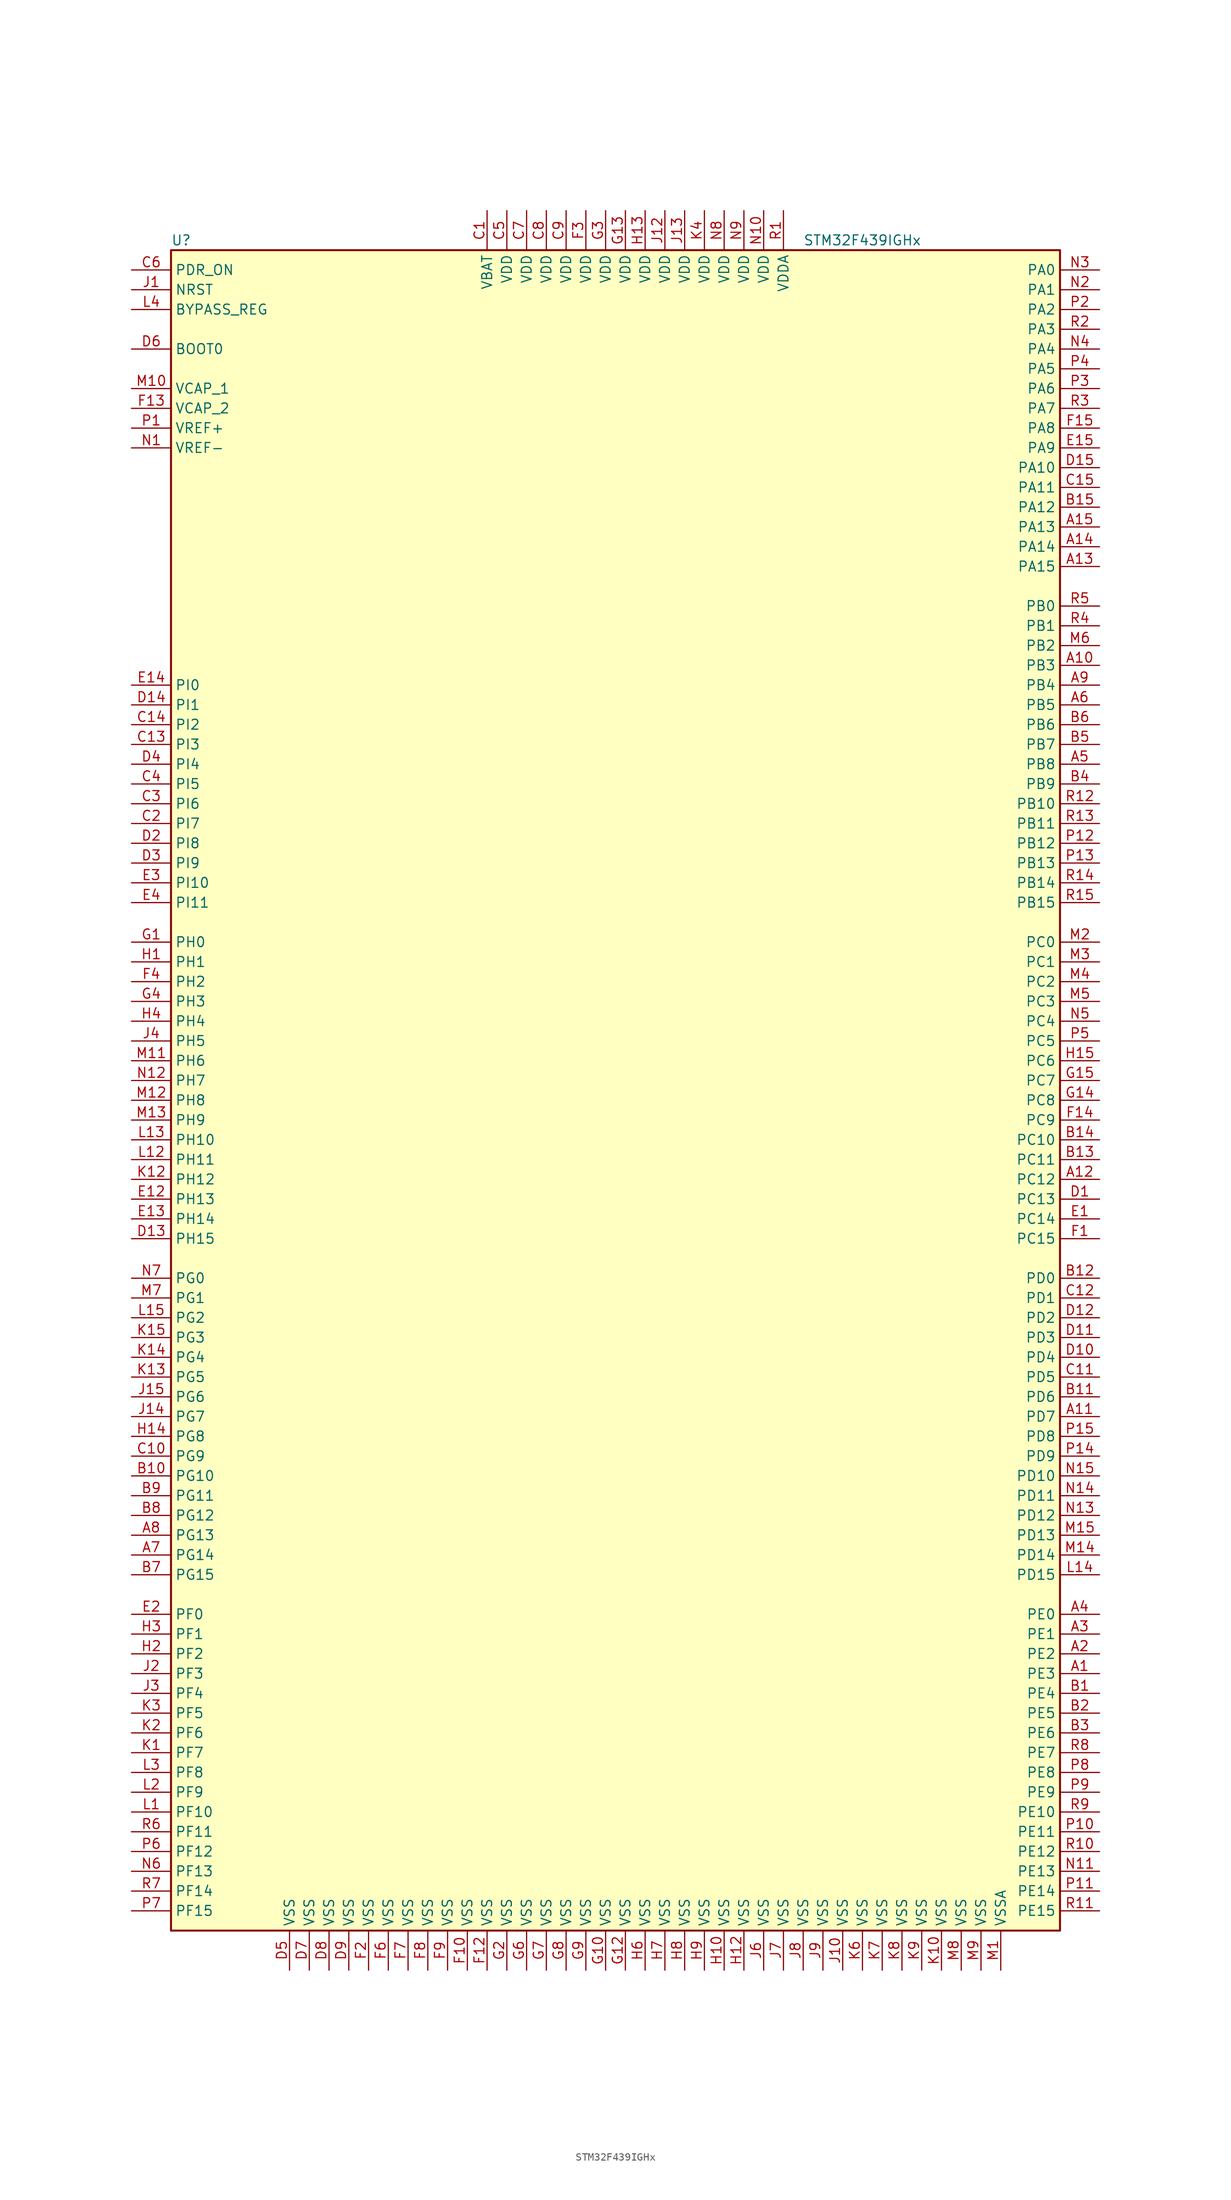
<source format=kicad_sym>
(kicad_symbol_lib
  (version 20211014)
  (generator kicad_symbol_editor)
  (symbol "STM32F439IGHx"
    (property "Reference" "U"
      (at -58.42 107.95 0)
      (effects (font (size 1.27 1.27)) (justify left)))
    (property "Value" "STM32F439IGHx"
      (at 22.86 107.95 0)
      (effects (font (size 1.27 1.27)) (justify left)))
    (symbol "STM32F439IGHx_0_1"
      (rectangle (start -58.42 -109.22) (end 55.88 106.68) (stroke (width 0.254) (type default) (color 0 0 0 0)) (fill (type background))))
    (symbol "STM32F439IGHx_1_1"
      (pin bidirectional line (at 60.96 -76.2 180) (length 5.08) (name "PE3" (effects (font (size 1.27 1.27)))) (number "A1" (effects (font (size 1.27 1.27)))))
      (pin bidirectional line (at 60.96 53.34 180) (length 5.08) (name "PB3" (effects (font (size 1.27 1.27)))) (number "A10" (effects (font (size 1.27 1.27)))))
      (pin bidirectional line (at 60.96 -43.18 180) (length 5.08) (name "PD7" (effects (font (size 1.27 1.27)))) (number "A11" (effects (font (size 1.27 1.27)))))
      (pin bidirectional line (at 60.96 -12.7 180) (length 5.08) (name "PC12" (effects (font (size 1.27 1.27)))) (number "A12" (effects (font (size 1.27 1.27)))))
      (pin bidirectional line (at 60.96 66.04 180) (length 5.08) (name "PA15" (effects (font (size 1.27 1.27)))) (number "A13" (effects (font (size 1.27 1.27)))))
      (pin bidirectional line (at 60.96 68.58 180) (length 5.08) (name "PA14" (effects (font (size 1.27 1.27)))) (number "A14" (effects (font (size 1.27 1.27)))))
      (pin bidirectional line (at 60.96 71.12 180) (length 5.08) (name "PA13" (effects (font (size 1.27 1.27)))) (number "A15" (effects (font (size 1.27 1.27)))))
      (pin bidirectional line (at 60.96 -73.66 180) (length 5.08) (name "PE2" (effects (font (size 1.27 1.27)))) (number "A2" (effects (font (size 1.27 1.27)))))
      (pin bidirectional line (at 60.96 -71.12 180) (length 5.08) (name "PE1" (effects (font (size 1.27 1.27)))) (number "A3" (effects (font (size 1.27 1.27)))))
      (pin bidirectional line (at 60.96 -68.58 180) (length 5.08) (name "PE0" (effects (font (size 1.27 1.27)))) (number "A4" (effects (font (size 1.27 1.27)))))
      (pin bidirectional line (at 60.96 40.64 180) (length 5.08) (name "PB8" (effects (font (size 1.27 1.27)))) (number "A5" (effects (font (size 1.27 1.27)))))
      (pin bidirectional line (at 60.96 48.26 180) (length 5.08) (name "PB5" (effects (font (size 1.27 1.27)))) (number "A6" (effects (font (size 1.27 1.27)))))
      (pin bidirectional line (at -63.5 -60.96 0) (length 5.08) (name "PG14" (effects (font (size 1.27 1.27)))) (number "A7" (effects (font (size 1.27 1.27)))))
      (pin bidirectional line (at -63.5 -58.42 0) (length 5.08) (name "PG13" (effects (font (size 1.27 1.27)))) (number "A8" (effects (font (size 1.27 1.27)))))
      (pin bidirectional line (at 60.96 50.8 180) (length 5.08) (name "PB4" (effects (font (size 1.27 1.27)))) (number "A9" (effects (font (size 1.27 1.27)))))
      (pin bidirectional line (at 60.96 -78.74 180) (length 5.08) (name "PE4" (effects (font (size 1.27 1.27)))) (number "B1" (effects (font (size 1.27 1.27)))))
      (pin bidirectional line (at -63.5 -50.8 0) (length 5.08) (name "PG10" (effects (font (size 1.27 1.27)))) (number "B10" (effects (font (size 1.27 1.27)))))
      (pin bidirectional line (at 60.96 -40.64 180) (length 5.08) (name "PD6" (effects (font (size 1.27 1.27)))) (number "B11" (effects (font (size 1.27 1.27)))))
      (pin bidirectional line (at 60.96 -25.4 180) (length 5.08) (name "PD0" (effects (font (size 1.27 1.27)))) (number "B12" (effects (font (size 1.27 1.27)))))
      (pin bidirectional line (at 60.96 -10.16 180) (length 5.08) (name "PC11" (effects (font (size 1.27 1.27)))) (number "B13" (effects (font (size 1.27 1.27)))))
      (pin bidirectional line (at 60.96 -7.62 180) (length 5.08) (name "PC10" (effects (font (size 1.27 1.27)))) (number "B14" (effects (font (size 1.27 1.27)))))
      (pin bidirectional line (at 60.96 73.66 180) (length 5.08) (name "PA12" (effects (font (size 1.27 1.27)))) (number "B15" (effects (font (size 1.27 1.27)))))
      (pin bidirectional line (at 60.96 -81.28 180) (length 5.08) (name "PE5" (effects (font (size 1.27 1.27)))) (number "B2" (effects (font (size 1.27 1.27)))))
      (pin bidirectional line (at 60.96 -83.82 180) (length 5.08) (name "PE6" (effects (font (size 1.27 1.27)))) (number "B3" (effects (font (size 1.27 1.27)))))
      (pin bidirectional line (at 60.96 38.1 180) (length 5.08) (name "PB9" (effects (font (size 1.27 1.27)))) (number "B4" (effects (font (size 1.27 1.27)))))
      (pin bidirectional line (at 60.96 43.18 180) (length 5.08) (name "PB7" (effects (font (size 1.27 1.27)))) (number "B5" (effects (font (size 1.27 1.27)))))
      (pin bidirectional line (at 60.96 45.72 180) (length 5.08) (name "PB6" (effects (font (size 1.27 1.27)))) (number "B6" (effects (font (size 1.27 1.27)))))
      (pin bidirectional line (at -63.5 -63.5 0) (length 5.08) (name "PG15" (effects (font (size 1.27 1.27)))) (number "B7" (effects (font (size 1.27 1.27)))))
      (pin bidirectional line (at -63.5 -55.88 0) (length 5.08) (name "PG12" (effects (font (size 1.27 1.27)))) (number "B8" (effects (font (size 1.27 1.27)))))
      (pin bidirectional line (at -63.5 -53.34 0) (length 5.08) (name "PG11" (effects (font (size 1.27 1.27)))) (number "B9" (effects (font (size 1.27 1.27)))))
      (pin power_in line (at -17.78 111.76 270) (length 5.08) (name "VBAT" (effects (font (size 1.27 1.27)))) (number "C1" (effects (font (size 1.27 1.27)))))
      (pin bidirectional line (at -63.5 -48.26 0) (length 5.08) (name "PG9" (effects (font (size 1.27 1.27)))) (number "C10" (effects (font (size 1.27 1.27)))))
      (pin bidirectional line (at 60.96 -38.1 180) (length 5.08) (name "PD5" (effects (font (size 1.27 1.27)))) (number "C11" (effects (font (size 1.27 1.27)))))
      (pin bidirectional line (at 60.96 -27.94 180) (length 5.08) (name "PD1" (effects (font (size 1.27 1.27)))) (number "C12" (effects (font (size 1.27 1.27)))))
      (pin bidirectional line (at -63.5 43.18 0) (length 5.08) (name "PI3" (effects (font (size 1.27 1.27)))) (number "C13" (effects (font (size 1.27 1.27)))))
      (pin bidirectional line (at -63.5 45.72 0) (length 5.08) (name "PI2" (effects (font (size 1.27 1.27)))) (number "C14" (effects (font (size 1.27 1.27)))))
      (pin bidirectional line (at 60.96 76.2 180) (length 5.08) (name "PA11" (effects (font (size 1.27 1.27)))) (number "C15" (effects (font (size 1.27 1.27)))))
      (pin bidirectional line (at -63.5 33.02 0) (length 5.08) (name "PI7" (effects (font (size 1.27 1.27)))) (number "C2" (effects (font (size 1.27 1.27)))))
      (pin bidirectional line (at -63.5 35.56 0) (length 5.08) (name "PI6" (effects (font (size 1.27 1.27)))) (number "C3" (effects (font (size 1.27 1.27)))))
      (pin bidirectional line (at -63.5 38.1 0) (length 5.08) (name "PI5" (effects (font (size 1.27 1.27)))) (number "C4" (effects (font (size 1.27 1.27)))))
      (pin power_in line (at -15.24 111.76 270) (length 5.08) (name "VDD" (effects (font (size 1.27 1.27)))) (number "C5" (effects (font (size 1.27 1.27)))))
      (pin input line (at -63.5 104.14 0) (length 5.08) (name "PDR_ON" (effects (font (size 1.27 1.27)))) (number "C6" (effects (font (size 1.27 1.27)))))
      (pin power_in line (at -12.7 111.76 270) (length 5.08) (name "VDD" (effects (font (size 1.27 1.27)))) (number "C7" (effects (font (size 1.27 1.27)))))
      (pin power_in line (at -10.16 111.76 270) (length 5.08) (name "VDD" (effects (font (size 1.27 1.27)))) (number "C8" (effects (font (size 1.27 1.27)))))
      (pin power_in line (at -7.62 111.76 270) (length 5.08) (name "VDD" (effects (font (size 1.27 1.27)))) (number "C9" (effects (font (size 1.27 1.27)))))
      (pin bidirectional line (at 60.96 -15.24 180) (length 5.08) (name "PC13" (effects (font (size 1.27 1.27)))) (number "D1" (effects (font (size 1.27 1.27)))))
      (pin bidirectional line (at 60.96 -35.56 180) (length 5.08) (name "PD4" (effects (font (size 1.27 1.27)))) (number "D10" (effects (font (size 1.27 1.27)))))
      (pin bidirectional line (at 60.96 -33.02 180) (length 5.08) (name "PD3" (effects (font (size 1.27 1.27)))) (number "D11" (effects (font (size 1.27 1.27)))))
      (pin bidirectional line (at 60.96 -30.48 180) (length 5.08) (name "PD2" (effects (font (size 1.27 1.27)))) (number "D12" (effects (font (size 1.27 1.27)))))
      (pin bidirectional line (at -63.5 -20.32 0) (length 5.08) (name "PH15" (effects (font (size 1.27 1.27)))) (number "D13" (effects (font (size 1.27 1.27)))))
      (pin bidirectional line (at -63.5 48.26 0) (length 5.08) (name "PI1" (effects (font (size 1.27 1.27)))) (number "D14" (effects (font (size 1.27 1.27)))))
      (pin bidirectional line (at 60.96 78.74 180) (length 5.08) (name "PA10" (effects (font (size 1.27 1.27)))) (number "D15" (effects (font (size 1.27 1.27)))))
      (pin bidirectional line (at -63.5 30.48 0) (length 5.08) (name "PI8" (effects (font (size 1.27 1.27)))) (number "D2" (effects (font (size 1.27 1.27)))))
      (pin bidirectional line (at -63.5 27.94 0) (length 5.08) (name "PI9" (effects (font (size 1.27 1.27)))) (number "D3" (effects (font (size 1.27 1.27)))))
      (pin bidirectional line (at -63.5 40.64 0) (length 5.08) (name "PI4" (effects (font (size 1.27 1.27)))) (number "D4" (effects (font (size 1.27 1.27)))))
      (pin power_in line (at -43.18 -114.3 90) (length 5.08) (name "VSS" (effects (font (size 1.27 1.27)))) (number "D5" (effects (font (size 1.27 1.27)))))
      (pin input line (at -63.5 93.98 0) (length 5.08) (name "BOOT0" (effects (font (size 1.27 1.27)))) (number "D6" (effects (font (size 1.27 1.27)))))
      (pin power_in line (at -40.64 -114.3 90) (length 5.08) (name "VSS" (effects (font (size 1.27 1.27)))) (number "D7" (effects (font (size 1.27 1.27)))))
      (pin power_in line (at -38.1 -114.3 90) (length 5.08) (name "VSS" (effects (font (size 1.27 1.27)))) (number "D8" (effects (font (size 1.27 1.27)))))
      (pin power_in line (at -35.56 -114.3 90) (length 5.08) (name "VSS" (effects (font (size 1.27 1.27)))) (number "D9" (effects (font (size 1.27 1.27)))))
      (pin bidirectional line (at 60.96 -17.78 180) (length 5.08) (name "PC14" (effects (font (size 1.27 1.27)))) (number "E1" (effects (font (size 1.27 1.27)))))
      (pin bidirectional line (at -63.5 -15.24 0) (length 5.08) (name "PH13" (effects (font (size 1.27 1.27)))) (number "E12" (effects (font (size 1.27 1.27)))))
      (pin bidirectional line (at -63.5 -17.78 0) (length 5.08) (name "PH14" (effects (font (size 1.27 1.27)))) (number "E13" (effects (font (size 1.27 1.27)))))
      (pin bidirectional line (at -63.5 50.8 0) (length 5.08) (name "PI0" (effects (font (size 1.27 1.27)))) (number "E14" (effects (font (size 1.27 1.27)))))
      (pin bidirectional line (at 60.96 81.28 180) (length 5.08) (name "PA9" (effects (font (size 1.27 1.27)))) (number "E15" (effects (font (size 1.27 1.27)))))
      (pin bidirectional line (at -63.5 -68.58 0) (length 5.08) (name "PF0" (effects (font (size 1.27 1.27)))) (number "E2" (effects (font (size 1.27 1.27)))))
      (pin bidirectional line (at -63.5 25.4 0) (length 5.08) (name "PI10" (effects (font (size 1.27 1.27)))) (number "E3" (effects (font (size 1.27 1.27)))))
      (pin bidirectional line (at -63.5 22.86 0) (length 5.08) (name "PI11" (effects (font (size 1.27 1.27)))) (number "E4" (effects (font (size 1.27 1.27)))))
      (pin bidirectional line (at 60.96 -20.32 180) (length 5.08) (name "PC15" (effects (font (size 1.27 1.27)))) (number "F1" (effects (font (size 1.27 1.27)))))
      (pin power_in line (at -20.32 -114.3 90) (length 5.08) (name "VSS" (effects (font (size 1.27 1.27)))) (number "F10" (effects (font (size 1.27 1.27)))))
      (pin power_in line (at -17.78 -114.3 90) (length 5.08) (name "VSS" (effects (font (size 1.27 1.27)))) (number "F12" (effects (font (size 1.27 1.27)))))
      (pin power_in line (at -63.5 86.36 0) (length 5.08) (name "VCAP_2" (effects (font (size 1.27 1.27)))) (number "F13" (effects (font (size 1.27 1.27)))))
      (pin bidirectional line (at 60.96 -5.08 180) (length 5.08) (name "PC9" (effects (font (size 1.27 1.27)))) (number "F14" (effects (font (size 1.27 1.27)))))
      (pin bidirectional line (at 60.96 83.82 180) (length 5.08) (name "PA8" (effects (font (size 1.27 1.27)))) (number "F15" (effects (font (size 1.27 1.27)))))
      (pin power_in line (at -33.02 -114.3 90) (length 5.08) (name "VSS" (effects (font (size 1.27 1.27)))) (number "F2" (effects (font (size 1.27 1.27)))))
      (pin power_in line (at -5.08 111.76 270) (length 5.08) (name "VDD" (effects (font (size 1.27 1.27)))) (number "F3" (effects (font (size 1.27 1.27)))))
      (pin bidirectional line (at -63.5 12.7 0) (length 5.08) (name "PH2" (effects (font (size 1.27 1.27)))) (number "F4" (effects (font (size 1.27 1.27)))))
      (pin power_in line (at -30.48 -114.3 90) (length 5.08) (name "VSS" (effects (font (size 1.27 1.27)))) (number "F6" (effects (font (size 1.27 1.27)))))
      (pin power_in line (at -27.94 -114.3 90) (length 5.08) (name "VSS" (effects (font (size 1.27 1.27)))) (number "F7" (effects (font (size 1.27 1.27)))))
      (pin power_in line (at -25.4 -114.3 90) (length 5.08) (name "VSS" (effects (font (size 1.27 1.27)))) (number "F8" (effects (font (size 1.27 1.27)))))
      (pin power_in line (at -22.86 -114.3 90) (length 5.08) (name "VSS" (effects (font (size 1.27 1.27)))) (number "F9" (effects (font (size 1.27 1.27)))))
      (pin input line (at -63.5 17.78 0) (length 5.08) (name "PH0" (effects (font (size 1.27 1.27)))) (number "G1" (effects (font (size 1.27 1.27)))))
      (pin power_in line (at -2.54 -114.3 90) (length 5.08) (name "VSS" (effects (font (size 1.27 1.27)))) (number "G10" (effects (font (size 1.27 1.27)))))
      (pin power_in line (at 0 -114.3 90) (length 5.08) (name "VSS" (effects (font (size 1.27 1.27)))) (number "G12" (effects (font (size 1.27 1.27)))))
      (pin power_in line (at 0 111.76 270) (length 5.08) (name "VDD" (effects (font (size 1.27 1.27)))) (number "G13" (effects (font (size 1.27 1.27)))))
      (pin bidirectional line (at 60.96 -2.54 180) (length 5.08) (name "PC8" (effects (font (size 1.27 1.27)))) (number "G14" (effects (font (size 1.27 1.27)))))
      (pin bidirectional line (at 60.96 0 180) (length 5.08) (name "PC7" (effects (font (size 1.27 1.27)))) (number "G15" (effects (font (size 1.27 1.27)))))
      (pin power_in line (at -15.24 -114.3 90) (length 5.08) (name "VSS" (effects (font (size 1.27 1.27)))) (number "G2" (effects (font (size 1.27 1.27)))))
      (pin power_in line (at -2.54 111.76 270) (length 5.08) (name "VDD" (effects (font (size 1.27 1.27)))) (number "G3" (effects (font (size 1.27 1.27)))))
      (pin bidirectional line (at -63.5 10.16 0) (length 5.08) (name "PH3" (effects (font (size 1.27 1.27)))) (number "G4" (effects (font (size 1.27 1.27)))))
      (pin power_in line (at -12.7 -114.3 90) (length 5.08) (name "VSS" (effects (font (size 1.27 1.27)))) (number "G6" (effects (font (size 1.27 1.27)))))
      (pin power_in line (at -10.16 -114.3 90) (length 5.08) (name "VSS" (effects (font (size 1.27 1.27)))) (number "G7" (effects (font (size 1.27 1.27)))))
      (pin power_in line (at -7.62 -114.3 90) (length 5.08) (name "VSS" (effects (font (size 1.27 1.27)))) (number "G8" (effects (font (size 1.27 1.27)))))
      (pin power_in line (at -5.08 -114.3 90) (length 5.08) (name "VSS" (effects (font (size 1.27 1.27)))) (number "G9" (effects (font (size 1.27 1.27)))))
      (pin input line (at -63.5 15.24 0) (length 5.08) (name "PH1" (effects (font (size 1.27 1.27)))) (number "H1" (effects (font (size 1.27 1.27)))))
      (pin power_in line (at 12.7 -114.3 90) (length 5.08) (name "VSS" (effects (font (size 1.27 1.27)))) (number "H10" (effects (font (size 1.27 1.27)))))
      (pin power_in line (at 15.24 -114.3 90) (length 5.08) (name "VSS" (effects (font (size 1.27 1.27)))) (number "H12" (effects (font (size 1.27 1.27)))))
      (pin power_in line (at 2.54 111.76 270) (length 5.08) (name "VDD" (effects (font (size 1.27 1.27)))) (number "H13" (effects (font (size 1.27 1.27)))))
      (pin bidirectional line (at -63.5 -45.72 0) (length 5.08) (name "PG8" (effects (font (size 1.27 1.27)))) (number "H14" (effects (font (size 1.27 1.27)))))
      (pin bidirectional line (at 60.96 2.54 180) (length 5.08) (name "PC6" (effects (font (size 1.27 1.27)))) (number "H15" (effects (font (size 1.27 1.27)))))
      (pin bidirectional line (at -63.5 -73.66 0) (length 5.08) (name "PF2" (effects (font (size 1.27 1.27)))) (number "H2" (effects (font (size 1.27 1.27)))))
      (pin bidirectional line (at -63.5 -71.12 0) (length 5.08) (name "PF1" (effects (font (size 1.27 1.27)))) (number "H3" (effects (font (size 1.27 1.27)))))
      (pin bidirectional line (at -63.5 7.62 0) (length 5.08) (name "PH4" (effects (font (size 1.27 1.27)))) (number "H4" (effects (font (size 1.27 1.27)))))
      (pin power_in line (at 2.54 -114.3 90) (length 5.08) (name "VSS" (effects (font (size 1.27 1.27)))) (number "H6" (effects (font (size 1.27 1.27)))))
      (pin power_in line (at 5.08 -114.3 90) (length 5.08) (name "VSS" (effects (font (size 1.27 1.27)))) (number "H7" (effects (font (size 1.27 1.27)))))
      (pin power_in line (at 7.62 -114.3 90) (length 5.08) (name "VSS" (effects (font (size 1.27 1.27)))) (number "H8" (effects (font (size 1.27 1.27)))))
      (pin power_in line (at 10.16 -114.3 90) (length 5.08) (name "VSS" (effects (font (size 1.27 1.27)))) (number "H9" (effects (font (size 1.27 1.27)))))
      (pin input line (at -63.5 101.6 0) (length 5.08) (name "NRST" (effects (font (size 1.27 1.27)))) (number "J1" (effects (font (size 1.27 1.27)))))
      (pin power_in line (at 27.94 -114.3 90) (length 5.08) (name "VSS" (effects (font (size 1.27 1.27)))) (number "J10" (effects (font (size 1.27 1.27)))))
      (pin power_in line (at 5.08 111.76 270) (length 5.08) (name "VDD" (effects (font (size 1.27 1.27)))) (number "J12" (effects (font (size 1.27 1.27)))))
      (pin power_in line (at 7.62 111.76 270) (length 5.08) (name "VDD" (effects (font (size 1.27 1.27)))) (number "J13" (effects (font (size 1.27 1.27)))))
      (pin bidirectional line (at -63.5 -43.18 0) (length 5.08) (name "PG7" (effects (font (size 1.27 1.27)))) (number "J14" (effects (font (size 1.27 1.27)))))
      (pin bidirectional line (at -63.5 -40.64 0) (length 5.08) (name "PG6" (effects (font (size 1.27 1.27)))) (number "J15" (effects (font (size 1.27 1.27)))))
      (pin bidirectional line (at -63.5 -76.2 0) (length 5.08) (name "PF3" (effects (font (size 1.27 1.27)))) (number "J2" (effects (font (size 1.27 1.27)))))
      (pin bidirectional line (at -63.5 -78.74 0) (length 5.08) (name "PF4" (effects (font (size 1.27 1.27)))) (number "J3" (effects (font (size 1.27 1.27)))))
      (pin bidirectional line (at -63.5 5.08 0) (length 5.08) (name "PH5" (effects (font (size 1.27 1.27)))) (number "J4" (effects (font (size 1.27 1.27)))))
      (pin power_in line (at 17.78 -114.3 90) (length 5.08) (name "VSS" (effects (font (size 1.27 1.27)))) (number "J6" (effects (font (size 1.27 1.27)))))
      (pin power_in line (at 20.32 -114.3 90) (length 5.08) (name "VSS" (effects (font (size 1.27 1.27)))) (number "J7" (effects (font (size 1.27 1.27)))))
      (pin power_in line (at 22.86 -114.3 90) (length 5.08) (name "VSS" (effects (font (size 1.27 1.27)))) (number "J8" (effects (font (size 1.27 1.27)))))
      (pin power_in line (at 25.4 -114.3 90) (length 5.08) (name "VSS" (effects (font (size 1.27 1.27)))) (number "J9" (effects (font (size 1.27 1.27)))))
      (pin bidirectional line (at -63.5 -86.36 0) (length 5.08) (name "PF7" (effects (font (size 1.27 1.27)))) (number "K1" (effects (font (size 1.27 1.27)))))
      (pin power_in line (at 40.64 -114.3 90) (length 5.08) (name "VSS" (effects (font (size 1.27 1.27)))) (number "K10" (effects (font (size 1.27 1.27)))))
      (pin bidirectional line (at -63.5 -12.7 0) (length 5.08) (name "PH12" (effects (font (size 1.27 1.27)))) (number "K12" (effects (font (size 1.27 1.27)))))
      (pin bidirectional line (at -63.5 -38.1 0) (length 5.08) (name "PG5" (effects (font (size 1.27 1.27)))) (number "K13" (effects (font (size 1.27 1.27)))))
      (pin bidirectional line (at -63.5 -35.56 0) (length 5.08) (name "PG4" (effects (font (size 1.27 1.27)))) (number "K14" (effects (font (size 1.27 1.27)))))
      (pin bidirectional line (at -63.5 -33.02 0) (length 5.08) (name "PG3" (effects (font (size 1.27 1.27)))) (number "K15" (effects (font (size 1.27 1.27)))))
      (pin bidirectional line (at -63.5 -83.82 0) (length 5.08) (name "PF6" (effects (font (size 1.27 1.27)))) (number "K2" (effects (font (size 1.27 1.27)))))
      (pin bidirectional line (at -63.5 -81.28 0) (length 5.08) (name "PF5" (effects (font (size 1.27 1.27)))) (number "K3" (effects (font (size 1.27 1.27)))))
      (pin power_in line (at 10.16 111.76 270) (length 5.08) (name "VDD" (effects (font (size 1.27 1.27)))) (number "K4" (effects (font (size 1.27 1.27)))))
      (pin power_in line (at 30.48 -114.3 90) (length 5.08) (name "VSS" (effects (font (size 1.27 1.27)))) (number "K6" (effects (font (size 1.27 1.27)))))
      (pin power_in line (at 33.02 -114.3 90) (length 5.08) (name "VSS" (effects (font (size 1.27 1.27)))) (number "K7" (effects (font (size 1.27 1.27)))))
      (pin power_in line (at 35.56 -114.3 90) (length 5.08) (name "VSS" (effects (font (size 1.27 1.27)))) (number "K8" (effects (font (size 1.27 1.27)))))
      (pin power_in line (at 38.1 -114.3 90) (length 5.08) (name "VSS" (effects (font (size 1.27 1.27)))) (number "K9" (effects (font (size 1.27 1.27)))))
      (pin bidirectional line (at -63.5 -93.98 0) (length 5.08) (name "PF10" (effects (font (size 1.27 1.27)))) (number "L1" (effects (font (size 1.27 1.27)))))
      (pin bidirectional line (at -63.5 -10.16 0) (length 5.08) (name "PH11" (effects (font (size 1.27 1.27)))) (number "L12" (effects (font (size 1.27 1.27)))))
      (pin bidirectional line (at -63.5 -7.62 0) (length 5.08) (name "PH10" (effects (font (size 1.27 1.27)))) (number "L13" (effects (font (size 1.27 1.27)))))
      (pin bidirectional line (at 60.96 -63.5 180) (length 5.08) (name "PD15" (effects (font (size 1.27 1.27)))) (number "L14" (effects (font (size 1.27 1.27)))))
      (pin bidirectional line (at -63.5 -30.48 0) (length 5.08) (name "PG2" (effects (font (size 1.27 1.27)))) (number "L15" (effects (font (size 1.27 1.27)))))
      (pin bidirectional line (at -63.5 -91.44 0) (length 5.08) (name "PF9" (effects (font (size 1.27 1.27)))) (number "L2" (effects (font (size 1.27 1.27)))))
      (pin bidirectional line (at -63.5 -88.9 0) (length 5.08) (name "PF8" (effects (font (size 1.27 1.27)))) (number "L3" (effects (font (size 1.27 1.27)))))
      (pin input line (at -63.5 99.06 0) (length 5.08) (name "BYPASS_REG" (effects (font (size 1.27 1.27)))) (number "L4" (effects (font (size 1.27 1.27)))))
      (pin power_in line (at 48.26 -114.3 90) (length 5.08) (name "VSSA" (effects (font (size 1.27 1.27)))) (number "M1" (effects (font (size 1.27 1.27)))))
      (pin power_in line (at -63.5 88.9 0) (length 5.08) (name "VCAP_1" (effects (font (size 1.27 1.27)))) (number "M10" (effects (font (size 1.27 1.27)))))
      (pin bidirectional line (at -63.5 2.54 0) (length 5.08) (name "PH6" (effects (font (size 1.27 1.27)))) (number "M11" (effects (font (size 1.27 1.27)))))
      (pin bidirectional line (at -63.5 -2.54 0) (length 5.08) (name "PH8" (effects (font (size 1.27 1.27)))) (number "M12" (effects (font (size 1.27 1.27)))))
      (pin bidirectional line (at -63.5 -5.08 0) (length 5.08) (name "PH9" (effects (font (size 1.27 1.27)))) (number "M13" (effects (font (size 1.27 1.27)))))
      (pin bidirectional line (at 60.96 -60.96 180) (length 5.08) (name "PD14" (effects (font (size 1.27 1.27)))) (number "M14" (effects (font (size 1.27 1.27)))))
      (pin bidirectional line (at 60.96 -58.42 180) (length 5.08) (name "PD13" (effects (font (size 1.27 1.27)))) (number "M15" (effects (font (size 1.27 1.27)))))
      (pin bidirectional line (at 60.96 17.78 180) (length 5.08) (name "PC0" (effects (font (size 1.27 1.27)))) (number "M2" (effects (font (size 1.27 1.27)))))
      (pin bidirectional line (at 60.96 15.24 180) (length 5.08) (name "PC1" (effects (font (size 1.27 1.27)))) (number "M3" (effects (font (size 1.27 1.27)))))
      (pin bidirectional line (at 60.96 12.7 180) (length 5.08) (name "PC2" (effects (font (size 1.27 1.27)))) (number "M4" (effects (font (size 1.27 1.27)))))
      (pin bidirectional line (at 60.96 10.16 180) (length 5.08) (name "PC3" (effects (font (size 1.27 1.27)))) (number "M5" (effects (font (size 1.27 1.27)))))
      (pin bidirectional line (at 60.96 55.88 180) (length 5.08) (name "PB2" (effects (font (size 1.27 1.27)))) (number "M6" (effects (font (size 1.27 1.27)))))
      (pin bidirectional line (at -63.5 -27.94 0) (length 5.08) (name "PG1" (effects (font (size 1.27 1.27)))) (number "M7" (effects (font (size 1.27 1.27)))))
      (pin power_in line (at 43.18 -114.3 90) (length 5.08) (name "VSS" (effects (font (size 1.27 1.27)))) (number "M8" (effects (font (size 1.27 1.27)))))
      (pin power_in line (at 45.72 -114.3 90) (length 5.08) (name "VSS" (effects (font (size 1.27 1.27)))) (number "M9" (effects (font (size 1.27 1.27)))))
      (pin power_in line (at -63.5 81.28 0) (length 5.08) (name "VREF-" (effects (font (size 1.27 1.27)))) (number "N1" (effects (font (size 1.27 1.27)))))
      (pin power_in line (at 17.78 111.76 270) (length 5.08) (name "VDD" (effects (font (size 1.27 1.27)))) (number "N10" (effects (font (size 1.27 1.27)))))
      (pin bidirectional line (at 60.96 -101.6 180) (length 5.08) (name "PE13" (effects (font (size 1.27 1.27)))) (number "N11" (effects (font (size 1.27 1.27)))))
      (pin bidirectional line (at -63.5 0 0) (length 5.08) (name "PH7" (effects (font (size 1.27 1.27)))) (number "N12" (effects (font (size 1.27 1.27)))))
      (pin bidirectional line (at 60.96 -55.88 180) (length 5.08) (name "PD12" (effects (font (size 1.27 1.27)))) (number "N13" (effects (font (size 1.27 1.27)))))
      (pin bidirectional line (at 60.96 -53.34 180) (length 5.08) (name "PD11" (effects (font (size 1.27 1.27)))) (number "N14" (effects (font (size 1.27 1.27)))))
      (pin bidirectional line (at 60.96 -50.8 180) (length 5.08) (name "PD10" (effects (font (size 1.27 1.27)))) (number "N15" (effects (font (size 1.27 1.27)))))
      (pin bidirectional line (at 60.96 101.6 180) (length 5.08) (name "PA1" (effects (font (size 1.27 1.27)))) (number "N2" (effects (font (size 1.27 1.27)))))
      (pin bidirectional line (at 60.96 104.14 180) (length 5.08) (name "PA0" (effects (font (size 1.27 1.27)))) (number "N3" (effects (font (size 1.27 1.27)))))
      (pin bidirectional line (at 60.96 93.98 180) (length 5.08) (name "PA4" (effects (font (size 1.27 1.27)))) (number "N4" (effects (font (size 1.27 1.27)))))
      (pin bidirectional line (at 60.96 7.62 180) (length 5.08) (name "PC4" (effects (font (size 1.27 1.27)))) (number "N5" (effects (font (size 1.27 1.27)))))
      (pin bidirectional line (at -63.5 -101.6 0) (length 5.08) (name "PF13" (effects (font (size 1.27 1.27)))) (number "N6" (effects (font (size 1.27 1.27)))))
      (pin bidirectional line (at -63.5 -25.4 0) (length 5.08) (name "PG0" (effects (font (size 1.27 1.27)))) (number "N7" (effects (font (size 1.27 1.27)))))
      (pin power_in line (at 12.7 111.76 270) (length 5.08) (name "VDD" (effects (font (size 1.27 1.27)))) (number "N8" (effects (font (size 1.27 1.27)))))
      (pin power_in line (at 15.24 111.76 270) (length 5.08) (name "VDD" (effects (font (size 1.27 1.27)))) (number "N9" (effects (font (size 1.27 1.27)))))
      (pin power_in line (at -63.5 83.82 0) (length 5.08) (name "VREF+" (effects (font (size 1.27 1.27)))) (number "P1" (effects (font (size 1.27 1.27)))))
      (pin bidirectional line (at 60.96 -96.52 180) (length 5.08) (name "PE11" (effects (font (size 1.27 1.27)))) (number "P10" (effects (font (size 1.27 1.27)))))
      (pin bidirectional line (at 60.96 -104.14 180) (length 5.08) (name "PE14" (effects (font (size 1.27 1.27)))) (number "P11" (effects (font (size 1.27 1.27)))))
      (pin bidirectional line (at 60.96 30.48 180) (length 5.08) (name "PB12" (effects (font (size 1.27 1.27)))) (number "P12" (effects (font (size 1.27 1.27)))))
      (pin bidirectional line (at 60.96 27.94 180) (length 5.08) (name "PB13" (effects (font (size 1.27 1.27)))) (number "P13" (effects (font (size 1.27 1.27)))))
      (pin bidirectional line (at 60.96 -48.26 180) (length 5.08) (name "PD9" (effects (font (size 1.27 1.27)))) (number "P14" (effects (font (size 1.27 1.27)))))
      (pin bidirectional line (at 60.96 -45.72 180) (length 5.08) (name "PD8" (effects (font (size 1.27 1.27)))) (number "P15" (effects (font (size 1.27 1.27)))))
      (pin bidirectional line (at 60.96 99.06 180) (length 5.08) (name "PA2" (effects (font (size 1.27 1.27)))) (number "P2" (effects (font (size 1.27 1.27)))))
      (pin bidirectional line (at 60.96 88.9 180) (length 5.08) (name "PA6" (effects (font (size 1.27 1.27)))) (number "P3" (effects (font (size 1.27 1.27)))))
      (pin bidirectional line (at 60.96 91.44 180) (length 5.08) (name "PA5" (effects (font (size 1.27 1.27)))) (number "P4" (effects (font (size 1.27 1.27)))))
      (pin bidirectional line (at 60.96 5.08 180) (length 5.08) (name "PC5" (effects (font (size 1.27 1.27)))) (number "P5" (effects (font (size 1.27 1.27)))))
      (pin bidirectional line (at -63.5 -99.06 0) (length 5.08) (name "PF12" (effects (font (size 1.27 1.27)))) (number "P6" (effects (font (size 1.27 1.27)))))
      (pin bidirectional line (at -63.5 -106.68 0) (length 5.08) (name "PF15" (effects (font (size 1.27 1.27)))) (number "P7" (effects (font (size 1.27 1.27)))))
      (pin bidirectional line (at 60.96 -88.9 180) (length 5.08) (name "PE8" (effects (font (size 1.27 1.27)))) (number "P8" (effects (font (size 1.27 1.27)))))
      (pin bidirectional line (at 60.96 -91.44 180) (length 5.08) (name "PE9" (effects (font (size 1.27 1.27)))) (number "P9" (effects (font (size 1.27 1.27)))))
      (pin power_in line (at 20.32 111.76 270) (length 5.08) (name "VDDA" (effects (font (size 1.27 1.27)))) (number "R1" (effects (font (size 1.27 1.27)))))
      (pin bidirectional line (at 60.96 -99.06 180) (length 5.08) (name "PE12" (effects (font (size 1.27 1.27)))) (number "R10" (effects (font (size 1.27 1.27)))))
      (pin bidirectional line (at 60.96 -106.68 180) (length 5.08) (name "PE15" (effects (font (size 1.27 1.27)))) (number "R11" (effects (font (size 1.27 1.27)))))
      (pin bidirectional line (at 60.96 35.56 180) (length 5.08) (name "PB10" (effects (font (size 1.27 1.27)))) (number "R12" (effects (font (size 1.27 1.27)))))
      (pin bidirectional line (at 60.96 33.02 180) (length 5.08) (name "PB11" (effects (font (size 1.27 1.27)))) (number "R13" (effects (font (size 1.27 1.27)))))
      (pin bidirectional line (at 60.96 25.4 180) (length 5.08) (name "PB14" (effects (font (size 1.27 1.27)))) (number "R14" (effects (font (size 1.27 1.27)))))
      (pin bidirectional line (at 60.96 22.86 180) (length 5.08) (name "PB15" (effects (font (size 1.27 1.27)))) (number "R15" (effects (font (size 1.27 1.27)))))
      (pin bidirectional line (at 60.96 96.52 180) (length 5.08) (name "PA3" (effects (font (size 1.27 1.27)))) (number "R2" (effects (font (size 1.27 1.27)))))
      (pin bidirectional line (at 60.96 86.36 180) (length 5.08) (name "PA7" (effects (font (size 1.27 1.27)))) (number "R3" (effects (font (size 1.27 1.27)))))
      (pin bidirectional line (at 60.96 58.42 180) (length 5.08) (name "PB1" (effects (font (size 1.27 1.27)))) (number "R4" (effects (font (size 1.27 1.27)))))
      (pin bidirectional line (at 60.96 60.96 180) (length 5.08) (name "PB0" (effects (font (size 1.27 1.27)))) (number "R5" (effects (font (size 1.27 1.27)))))
      (pin bidirectional line (at -63.5 -96.52 0) (length 5.08) (name "PF11" (effects (font (size 1.27 1.27)))) (number "R6" (effects (font (size 1.27 1.27)))))
      (pin bidirectional line (at -63.5 -104.14 0) (length 5.08) (name "PF14" (effects (font (size 1.27 1.27)))) (number "R7" (effects (font (size 1.27 1.27)))))
      (pin bidirectional line (at 60.96 -86.36 180) (length 5.08) (name "PE7" (effects (font (size 1.27 1.27)))) (number "R8" (effects (font (size 1.27 1.27)))))
      (pin bidirectional line (at 60.96 -93.98 180) (length 5.08) (name "PE10" (effects (font (size 1.27 1.27)))) (number "R9" (effects (font (size 1.27 1.27))))))))
</source>
